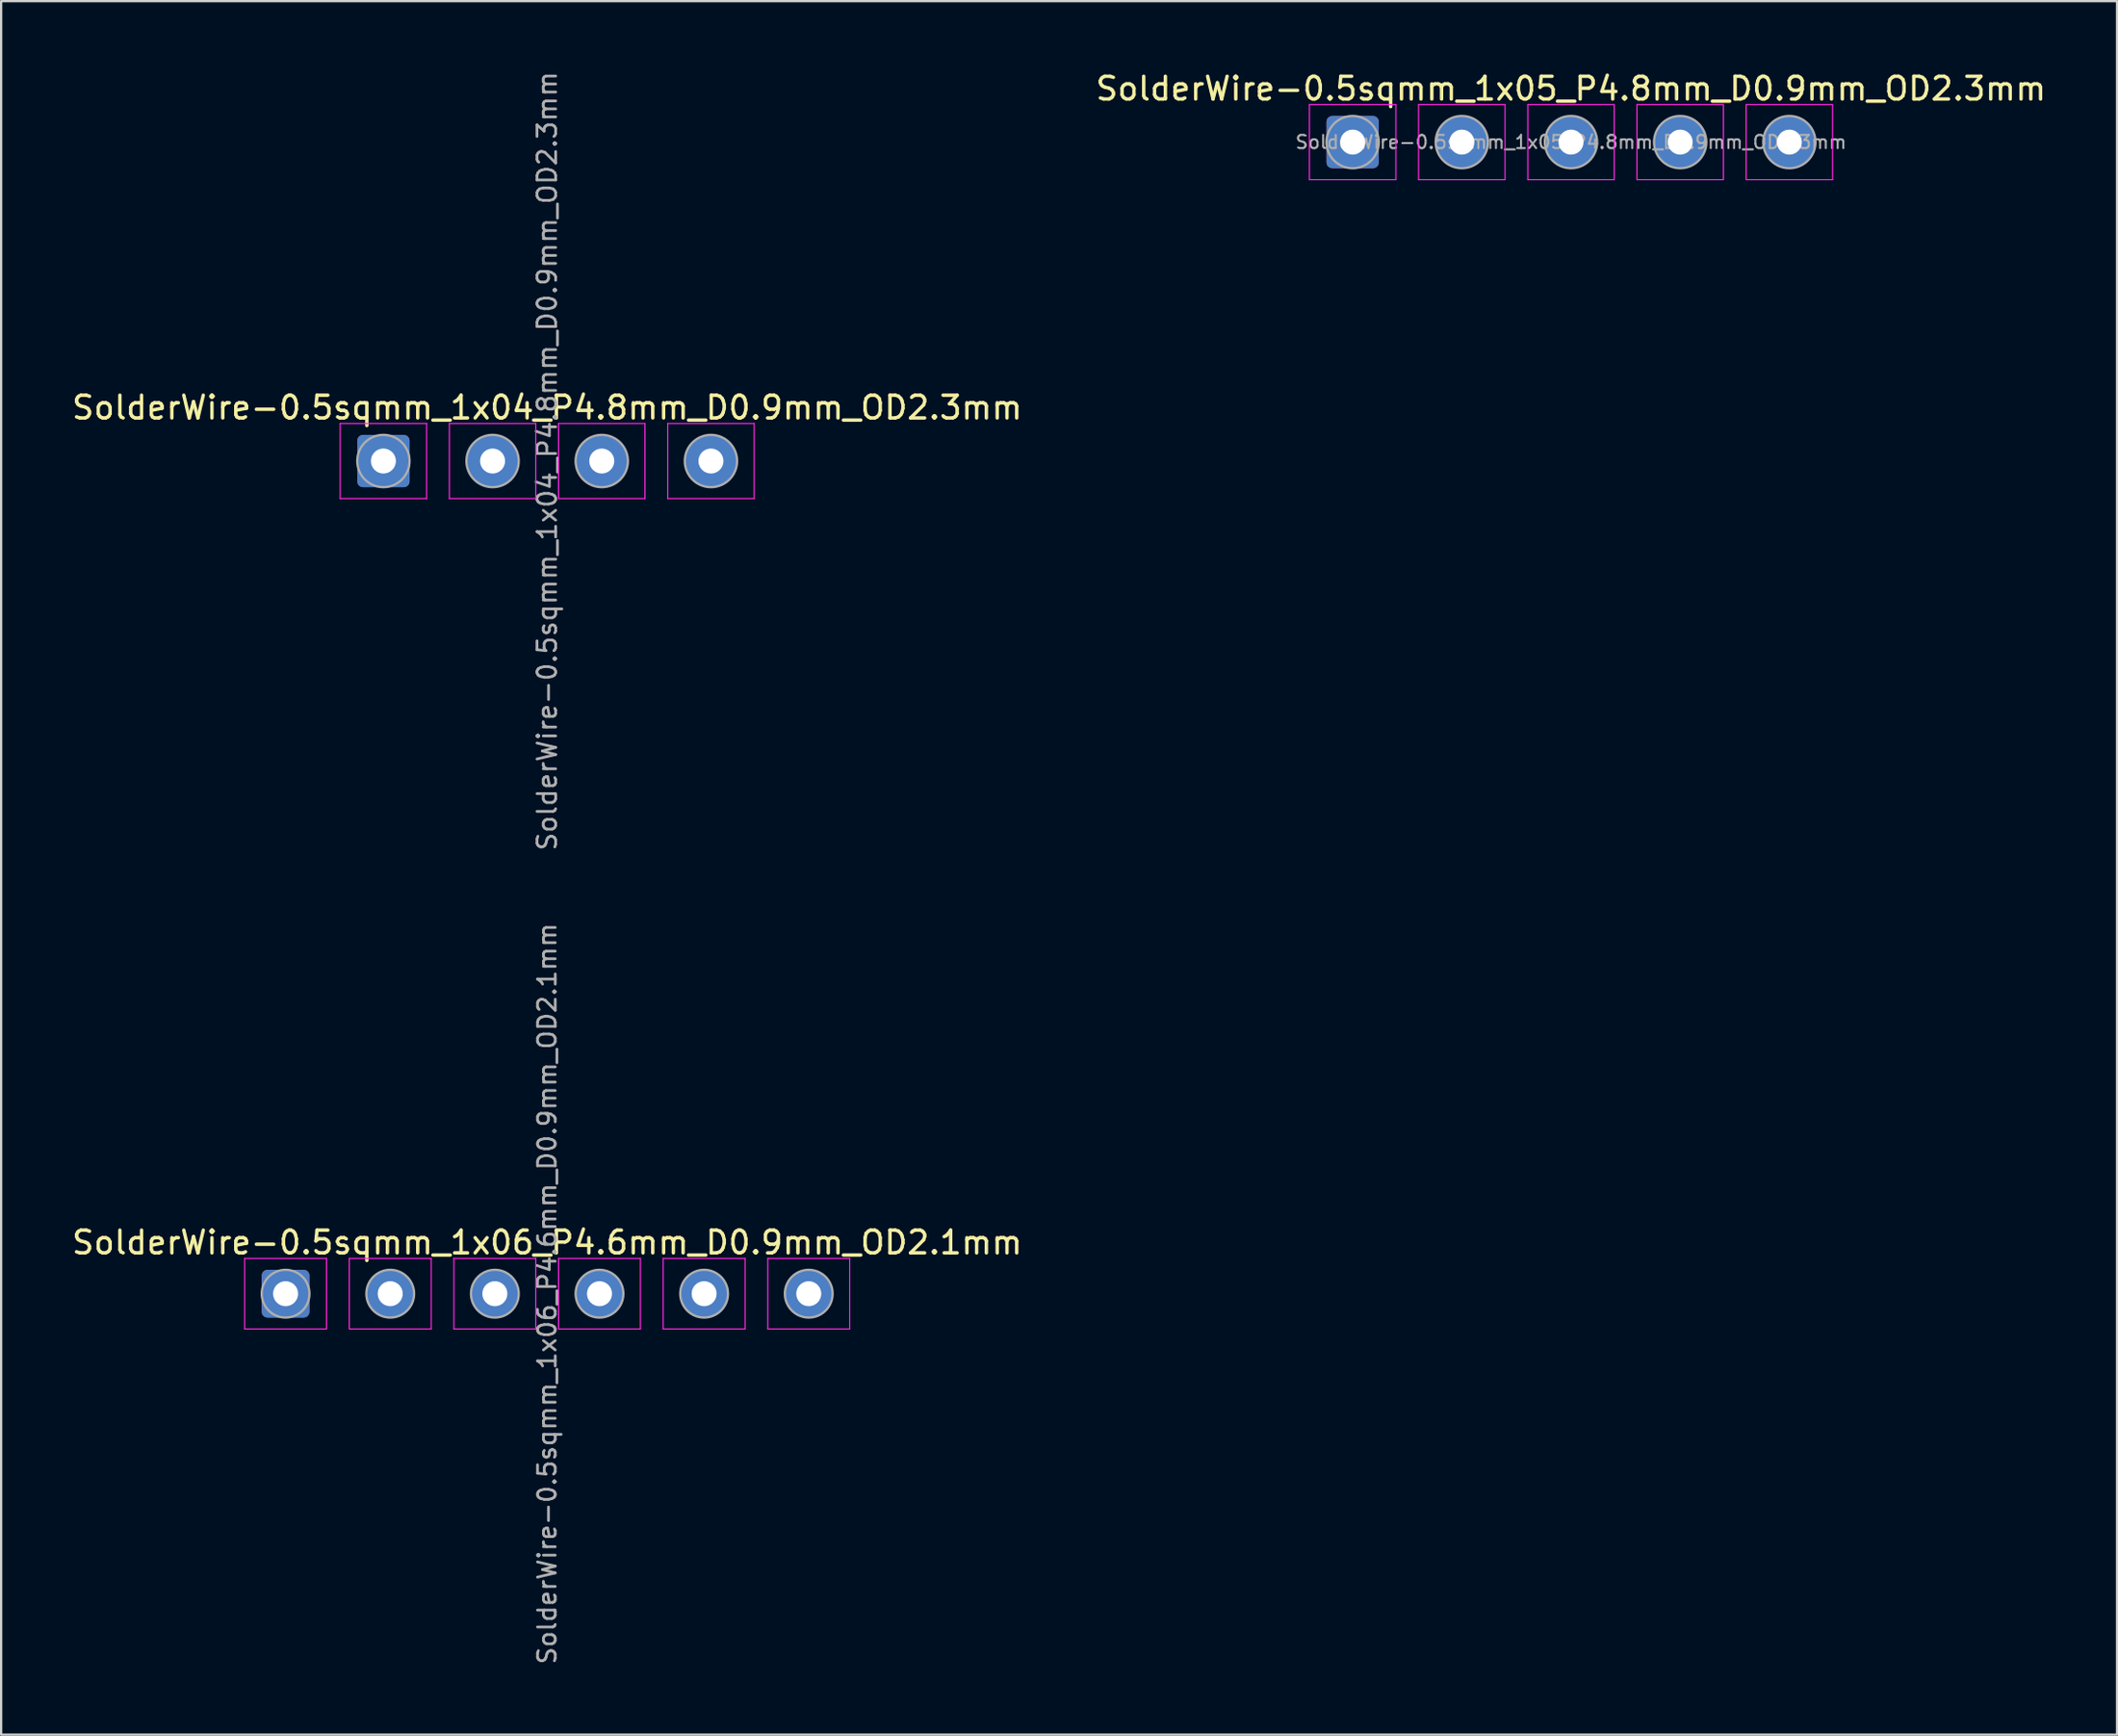
<source format=kicad_pcb>
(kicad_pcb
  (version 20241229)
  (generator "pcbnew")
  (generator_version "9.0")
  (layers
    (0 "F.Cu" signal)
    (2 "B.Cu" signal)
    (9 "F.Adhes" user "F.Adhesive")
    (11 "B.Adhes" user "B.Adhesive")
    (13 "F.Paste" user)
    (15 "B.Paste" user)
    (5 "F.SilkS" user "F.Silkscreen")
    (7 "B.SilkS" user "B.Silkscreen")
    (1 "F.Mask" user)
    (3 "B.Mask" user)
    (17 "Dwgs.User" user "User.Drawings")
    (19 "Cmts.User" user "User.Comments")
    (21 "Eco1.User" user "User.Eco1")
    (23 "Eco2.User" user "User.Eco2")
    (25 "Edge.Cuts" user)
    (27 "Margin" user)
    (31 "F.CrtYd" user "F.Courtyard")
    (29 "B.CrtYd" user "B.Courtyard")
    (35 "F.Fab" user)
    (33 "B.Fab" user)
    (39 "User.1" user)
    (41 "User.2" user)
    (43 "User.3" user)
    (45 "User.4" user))
  (footprint "SolderWire-0.5sqmm_1x06_P4.6mm_D0.9mm_OD2.1mm"
    (layer "F.Cu")
    (at 9.506 53.83)
    (property "Reference" "SolderWire-0.5sqmm_1x06_P4.6mm_D0.9mm_OD2.1mm" (at 11.5 -2.25 0) (layer "F.SilkS") (effects (font (size 1 1) (thickness 0.15))))
    (attr exclude_from_pos_files exclude_from_bom)
    (fp_line (start -1.8 -1.55) (end -1.8 1.55) (stroke (width 0.05) (type solid)) (layer "F.CrtYd"))
    (fp_line (start -1.8 1.55) (end 1.8 1.55) (stroke (width 0.05) (type solid)) (layer "F.CrtYd"))
    (fp_line (start 1.8 -1.55) (end -1.8 -1.55) (stroke (width 0.05) (type solid)) (layer "F.CrtYd"))
    (fp_line (start 1.8 1.55) (end 1.8 -1.55) (stroke (width 0.05) (type solid)) (layer "F.CrtYd"))
    (fp_line (start 2.8 -1.55) (end 2.8 1.55) (stroke (width 0.05) (type solid)) (layer "F.CrtYd"))
    (fp_line (start 2.8 1.55) (end 6.4 1.55) (stroke (width 0.05) (type solid)) (layer "F.CrtYd"))
    (fp_line (start 6.4 -1.55) (end 2.8 -1.55) (stroke (width 0.05) (type solid)) (layer "F.CrtYd"))
    (fp_line (start 6.4 1.55) (end 6.4 -1.55) (stroke (width 0.05) (type solid)) (layer "F.CrtYd"))
    (fp_line (start 7.4 -1.55) (end 7.4 1.55) (stroke (width 0.05) (type solid)) (layer "F.CrtYd"))
    (fp_line (start 7.4 1.55) (end 11 1.55) (stroke (width 0.05) (type solid)) (layer "F.CrtYd"))
    (fp_line (start 11 -1.55) (end 7.4 -1.55) (stroke (width 0.05) (type solid)) (layer "F.CrtYd"))
    (fp_line (start 11 1.55) (end 11 -1.55) (stroke (width 0.05) (type solid)) (layer "F.CrtYd"))
    (fp_line (start 12 -1.55) (end 12 1.55) (stroke (width 0.05) (type solid)) (layer "F.CrtYd"))
    (fp_line (start 12 1.55) (end 15.6 1.55) (stroke (width 0.05) (type solid)) (layer "F.CrtYd"))
    (fp_line (start 15.6 -1.55) (end 12 -1.55) (stroke (width 0.05) (type solid)) (layer "F.CrtYd"))
    (fp_line (start 15.6 1.55) (end 15.6 -1.55) (stroke (width 0.05) (type solid)) (layer "F.CrtYd"))
    (fp_line (start 16.6 -1.55) (end 16.6 1.55) (stroke (width 0.05) (type solid)) (layer "F.CrtYd"))
    (fp_line (start 16.6 1.55) (end 20.2 1.55) (stroke (width 0.05) (type solid)) (layer "F.CrtYd"))
    (fp_line (start 20.2 -1.55) (end 16.6 -1.55) (stroke (width 0.05) (type solid)) (layer "F.CrtYd"))
    (fp_line (start 20.2 1.55) (end 20.2 -1.55) (stroke (width 0.05) (type solid)) (layer "F.CrtYd"))
    (fp_line (start 21.2 -1.55) (end 21.2 1.55) (stroke (width 0.05) (type solid)) (layer "F.CrtYd"))
    (fp_line (start 21.2 1.55) (end 24.8 1.55) (stroke (width 0.05) (type solid)) (layer "F.CrtYd"))
    (fp_line (start 24.8 -1.55) (end 21.2 -1.55) (stroke (width 0.05) (type solid)) (layer "F.CrtYd"))
    (fp_line (start 24.8 1.55) (end 24.8 -1.55) (stroke (width 0.05) (type solid)) (layer "F.CrtYd"))
    (fp_circle (center 0 0) (end 1.05 0) (stroke (width 0.1) (type solid)) (fill no) (layer "F.Fab"))
    (fp_circle (center 4.6 0) (end 5.65 0) (stroke (width 0.1) (type solid)) (fill no) (layer "F.Fab"))
    (fp_circle (center 9.2 0) (end 10.25 0) (stroke (width 0.1) (type solid)) (fill no) (layer "F.Fab"))
    (fp_circle (center 13.8 0) (end 14.85 0) (stroke (width 0.1) (type solid)) (fill no) (layer "F.Fab"))
    (fp_circle (center 18.4 0) (end 19.45 0) (stroke (width 0.1) (type solid)) (fill no) (layer "F.Fab"))
    (fp_circle (center 23 0) (end 24.05 0) (stroke (width 0.1) (type solid)) (fill no) (layer "F.Fab"))
    (fp_text user "${REFERENCE}" (at 11.5 0 90) (layer "F.Fab") (effects (font (size 0.78 0.78) (thickness 0.12))))
    (pad "1" thru_hole roundrect (at 0 0) (size 2.1 2.1) (drill 1.1) (layers "*.Cu" "*.Mask") (roundrect_rratio 0.119))
    (pad "2" thru_hole circle (at 4.6 0) (size 2.1 2.1) (drill 1.1) (layers "*.Cu" "*.Mask"))
    (pad "3" thru_hole circle (at 9.2 0) (size 2.1 2.1) (drill 1.1) (layers "*.Cu" "*.Mask"))
    (pad "4" thru_hole circle (at 13.8 0) (size 2.1 2.1) (drill 1.1) (layers "*.Cu" "*.Mask"))
    (pad "5" thru_hole circle (at 18.4 0) (size 2.1 2.1) (drill 1.1) (layers "*.Cu" "*.Mask"))
    (pad "6" thru_hole circle (at 23 0) (size 2.1 2.1) (drill 1.1) (layers "*.Cu" "*.Mask")))
  (footprint "SolderWire-0.5sqmm_1x04_P4.8mm_D0.9mm_OD2.3mm"
    (layer "F.Cu")
    (at 13.806 17.22)
    (property "Reference" "SolderWire-0.5sqmm_1x04_P4.8mm_D0.9mm_OD2.3mm" (at 7.2 -2.35 0) (layer "F.SilkS") (effects (font (size 1 1) (thickness 0.15))))
    (attr exclude_from_pos_files exclude_from_bom)
    (fp_line (start -1.9 -1.65) (end -1.9 1.65) (stroke (width 0.05) (type solid)) (layer "F.CrtYd"))
    (fp_line (start -1.9 1.65) (end 1.9 1.65) (stroke (width 0.05) (type solid)) (layer "F.CrtYd"))
    (fp_line (start 1.9 -1.65) (end -1.9 -1.65) (stroke (width 0.05) (type solid)) (layer "F.CrtYd"))
    (fp_line (start 1.9 1.65) (end 1.9 -1.65) (stroke (width 0.05) (type solid)) (layer "F.CrtYd"))
    (fp_line (start 2.9 -1.65) (end 2.9 1.65) (stroke (width 0.05) (type solid)) (layer "F.CrtYd"))
    (fp_line (start 2.9 1.65) (end 6.7 1.65) (stroke (width 0.05) (type solid)) (layer "F.CrtYd"))
    (fp_line (start 6.7 -1.65) (end 2.9 -1.65) (stroke (width 0.05) (type solid)) (layer "F.CrtYd"))
    (fp_line (start 6.7 1.65) (end 6.7 -1.65) (stroke (width 0.05) (type solid)) (layer "F.CrtYd"))
    (fp_line (start 7.7 -1.65) (end 7.7 1.65) (stroke (width 0.05) (type solid)) (layer "F.CrtYd"))
    (fp_line (start 7.7 1.65) (end 11.5 1.65) (stroke (width 0.05) (type solid)) (layer "F.CrtYd"))
    (fp_line (start 11.5 -1.65) (end 7.7 -1.65) (stroke (width 0.05) (type solid)) (layer "F.CrtYd"))
    (fp_line (start 11.5 1.65) (end 11.5 -1.65) (stroke (width 0.05) (type solid)) (layer "F.CrtYd"))
    (fp_line (start 12.5 -1.65) (end 12.5 1.65) (stroke (width 0.05) (type solid)) (layer "F.CrtYd"))
    (fp_line (start 12.5 1.65) (end 16.3 1.65) (stroke (width 0.05) (type solid)) (layer "F.CrtYd"))
    (fp_line (start 16.3 -1.65) (end 12.5 -1.65) (stroke (width 0.05) (type solid)) (layer "F.CrtYd"))
    (fp_line (start 16.3 1.65) (end 16.3 -1.65) (stroke (width 0.05) (type solid)) (layer "F.CrtYd"))
    (fp_circle (center 0 0) (end 1.15 0) (stroke (width 0.1) (type solid)) (fill no) (layer "F.Fab"))
    (fp_circle (center 4.8 0) (end 5.95 0) (stroke (width 0.1) (type solid)) (fill no) (layer "F.Fab"))
    (fp_circle (center 9.6 0) (end 10.75 0) (stroke (width 0.1) (type solid)) (fill no) (layer "F.Fab"))
    (fp_circle (center 14.4 0) (end 15.55 0) (stroke (width 0.1) (type solid)) (fill no) (layer "F.Fab"))
    (fp_text user "${REFERENCE}" (at 7.2 0 90) (layer "F.Fab") (effects (font (size 0.82 0.82) (thickness 0.12))))
    (pad "1" thru_hole roundrect (at 0 0) (size 2.3 2.3) (drill 1.1) (layers "*.Cu" "*.Mask") (roundrect_rratio 0.109))
    (pad "2" thru_hole circle (at 4.8 0) (size 2.3 2.3) (drill 1.1) (layers "*.Cu" "*.Mask"))
    (pad "3" thru_hole circle (at 9.6 0) (size 2.3 2.3) (drill 1.1) (layers "*.Cu" "*.Mask"))
    (pad "4" thru_hole circle (at 14.4 0) (size 2.3 2.3) (drill 1.1) (layers "*.Cu" "*.Mask")))
  (footprint "SolderWire-0.5sqmm_1x05_P4.8mm_D0.9mm_OD2.3mm"
    (layer "F.Cu")
    (at 56.418 3.198)
    (property "Reference" "SolderWire-0.5sqmm_1x05_P4.8mm_D0.9mm_OD2.3mm" (at 9.6 -2.35 0) (layer "F.SilkS") (effects (font (size 1 1) (thickness 0.15))))
    (attr exclude_from_pos_files exclude_from_bom)
    (fp_line (start -1.9 -1.65) (end -1.9 1.65) (stroke (width 0.05) (type solid)) (layer "F.CrtYd"))
    (fp_line (start -1.9 1.65) (end 1.9 1.65) (stroke (width 0.05) (type solid)) (layer "F.CrtYd"))
    (fp_line (start 1.9 -1.65) (end -1.9 -1.65) (stroke (width 0.05) (type solid)) (layer "F.CrtYd"))
    (fp_line (start 1.9 1.65) (end 1.9 -1.65) (stroke (width 0.05) (type solid)) (layer "F.CrtYd"))
    (fp_line (start 2.9 -1.65) (end 2.9 1.65) (stroke (width 0.05) (type solid)) (layer "F.CrtYd"))
    (fp_line (start 2.9 1.65) (end 6.7 1.65) (stroke (width 0.05) (type solid)) (layer "F.CrtYd"))
    (fp_line (start 6.7 -1.65) (end 2.9 -1.65) (stroke (width 0.05) (type solid)) (layer "F.CrtYd"))
    (fp_line (start 6.7 1.65) (end 6.7 -1.65) (stroke (width 0.05) (type solid)) (layer "F.CrtYd"))
    (fp_line (start 7.7 -1.65) (end 7.7 1.65) (stroke (width 0.05) (type solid)) (layer "F.CrtYd"))
    (fp_line (start 7.7 1.65) (end 11.5 1.65) (stroke (width 0.05) (type solid)) (layer "F.CrtYd"))
    (fp_line (start 11.5 -1.65) (end 7.7 -1.65) (stroke (width 0.05) (type solid)) (layer "F.CrtYd"))
    (fp_line (start 11.5 1.65) (end 11.5 -1.65) (stroke (width 0.05) (type solid)) (layer "F.CrtYd"))
    (fp_line (start 12.5 -1.65) (end 12.5 1.65) (stroke (width 0.05) (type solid)) (layer "F.CrtYd"))
    (fp_line (start 12.5 1.65) (end 16.3 1.65) (stroke (width 0.05) (type solid)) (layer "F.CrtYd"))
    (fp_line (start 16.3 -1.65) (end 12.5 -1.65) (stroke (width 0.05) (type solid)) (layer "F.CrtYd"))
    (fp_line (start 16.3 1.65) (end 16.3 -1.65) (stroke (width 0.05) (type solid)) (layer "F.CrtYd"))
    (fp_line (start 17.3 -1.65) (end 17.3 1.65) (stroke (width 0.05) (type solid)) (layer "F.CrtYd"))
    (fp_line (start 17.3 1.65) (end 21.1 1.65) (stroke (width 0.05) (type solid)) (layer "F.CrtYd"))
    (fp_line (start 21.1 -1.65) (end 17.3 -1.65) (stroke (width 0.05) (type solid)) (layer "F.CrtYd"))
    (fp_line (start 21.1 1.65) (end 21.1 -1.65) (stroke (width 0.05) (type solid)) (layer "F.CrtYd"))
    (fp_circle (center 0 0) (end 1.15 0) (stroke (width 0.1) (type solid)) (fill no) (layer "F.Fab"))
    (fp_circle (center 4.8 0) (end 5.95 0) (stroke (width 0.1) (type solid)) (fill no) (layer "F.Fab"))
    (fp_circle (center 9.6 0) (end 10.75 0) (stroke (width 0.1) (type solid)) (fill no) (layer "F.Fab"))
    (fp_circle (center 14.4 0) (end 15.55 0) (stroke (width 0.1) (type solid)) (fill no) (layer "F.Fab"))
    (fp_circle (center 19.2 0) (end 20.35 0) (stroke (width 0.1) (type solid)) (fill no) (layer "F.Fab"))
    (fp_text user "${REFERENCE}" (at 9.6 0 0) (layer "F.Fab") (effects (font (size 0.58 0.58) (thickness 0.09))))
    (pad "1" thru_hole roundrect (at 0 0) (size 2.3 2.3) (drill 1.1) (layers "*.Cu" "*.Mask") (roundrect_rratio 0.109))
    (pad "2" thru_hole circle (at 4.8 0) (size 2.3 2.3) (drill 1.1) (layers "*.Cu" "*.Mask"))
    (pad "3" thru_hole circle (at 9.6 0) (size 2.3 2.3) (drill 1.1) (layers "*.Cu" "*.Mask"))
    (pad "4" thru_hole circle (at 14.4 0) (size 2.3 2.3) (drill 1.1) (layers "*.Cu" "*.Mask"))
    (pad "5" thru_hole circle (at 19.2 0) (size 2.3 2.3) (drill 1.1) (layers "*.Cu" "*.Mask")))
  (gr_rect
    (start -3 -3)
    (end 90.024 73.219)
    (stroke (width 0.1) (type default))
    (fill no)
    (layer "Edge.Cuts")))
</source>
